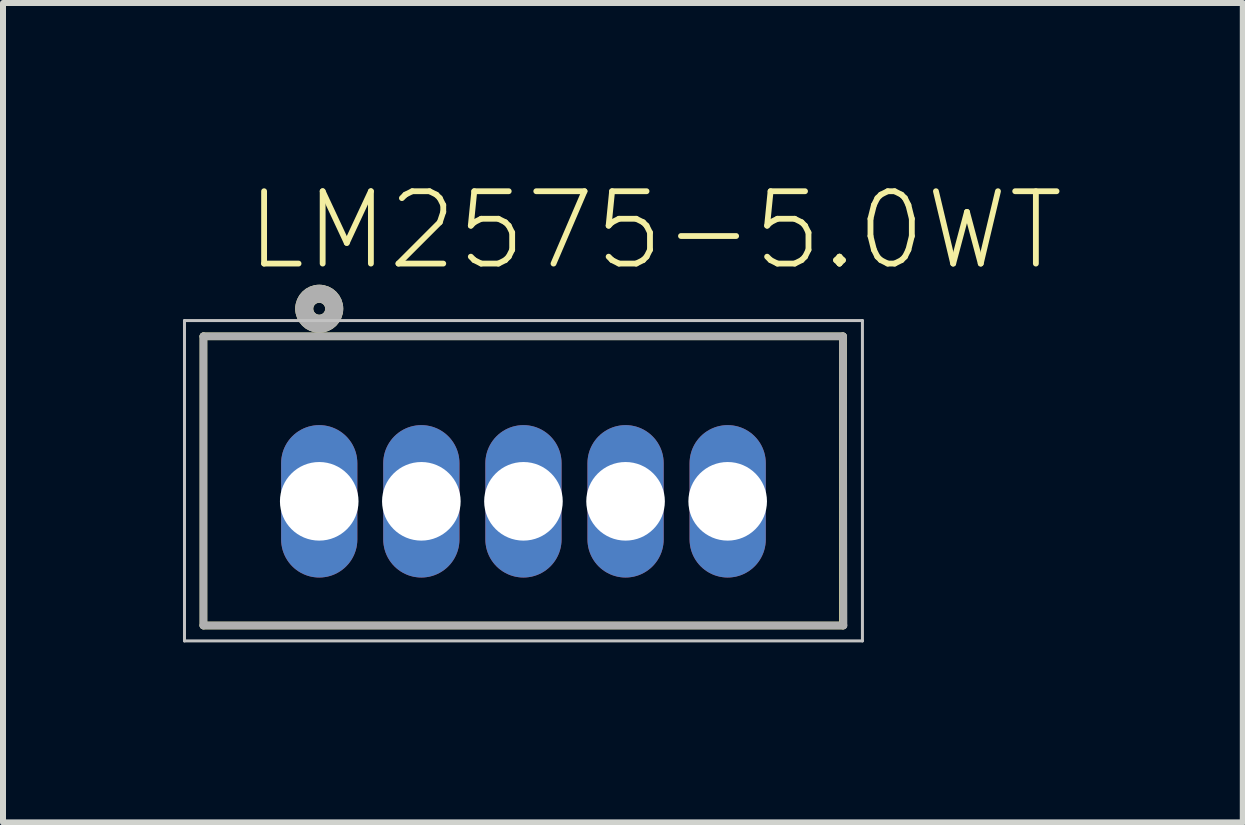
<source format=kicad_pcb>
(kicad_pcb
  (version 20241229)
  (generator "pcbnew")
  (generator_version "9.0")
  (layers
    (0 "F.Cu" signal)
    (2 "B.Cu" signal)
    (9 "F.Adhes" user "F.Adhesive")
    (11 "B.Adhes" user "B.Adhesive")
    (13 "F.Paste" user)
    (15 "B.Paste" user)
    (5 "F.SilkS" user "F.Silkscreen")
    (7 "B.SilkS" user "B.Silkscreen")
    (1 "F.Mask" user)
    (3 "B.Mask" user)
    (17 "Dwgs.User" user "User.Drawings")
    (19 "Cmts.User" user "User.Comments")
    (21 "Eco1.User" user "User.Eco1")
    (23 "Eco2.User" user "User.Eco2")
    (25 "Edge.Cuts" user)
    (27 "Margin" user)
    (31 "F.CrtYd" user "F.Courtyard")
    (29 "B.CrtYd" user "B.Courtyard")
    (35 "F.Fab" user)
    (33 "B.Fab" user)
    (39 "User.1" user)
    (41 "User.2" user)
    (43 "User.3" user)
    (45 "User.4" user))
  (footprint "LM2575-5.0WT"
    (layer "F.Cu")
    (at 8.621 6.576)
    (property "Reference" "LM2575-5.0WT" (at -7.62 -5.08 0) (layer "F.SilkS") (effects (font (size 1.206 1.206) (thickness 0.097)) (justify left bottom)))
    (attr through_hole)
    (fp_line (start -8.28 -4.02) (end -8.28 0.8) (stroke (width 0.127) (type solid)) (layer "F.SilkS"))
    (fp_line (start -8.28 0.8) (end 2.38 0.8) (stroke (width 0.127) (type solid)) (layer "F.SilkS"))
    (fp_line (start 2.38 -4.02) (end -8.28 -4.02) (stroke (width 0.127) (type solid)) (layer "F.SilkS"))
    (fp_line (start 2.38 0.8) (end 2.38 -4.02) (stroke (width 0.127) (type solid)) (layer "F.SilkS"))
    (fp_circle (center -6.35 -4.48) (end -6.25 -4.48) (stroke (width 0.3) (type solid)) (fill no) (layer "F.SilkS"))
    (fp_line (start -8.596 -4.283) (end -8.596 1.057) (stroke (width 0.05) (type solid)) (layer "Dwgs.User"))
    (fp_line (start -8.596 1.057) (end 2.704 1.057) (stroke (width 0.05) (type solid)) (layer "Dwgs.User"))
    (fp_line (start 2.704 -4.283) (end -8.596 -4.283) (stroke (width 0.05) (type solid)) (layer "Dwgs.User"))
    (fp_line (start 2.704 1.057) (end 2.704 -4.283) (stroke (width 0.05) (type solid)) (layer "Dwgs.User"))
    (fp_line (start -8.28 -4.02) (end -8.28 0.8) (stroke (width 0.127) (type solid)) (layer "F.Fab"))
    (fp_line (start -8.28 0.8) (end 2.388 0.8) (stroke (width 0.127) (type solid)) (layer "F.Fab"))
    (fp_line (start 2.38 -4.02) (end -8.28 -4.02) (stroke (width 0.127) (type solid)) (layer "F.Fab"))
    (fp_line (start 2.388 0.8) (end 2.38 -4.02) (stroke (width 0.127) (type solid)) (layer "F.Fab"))
    (fp_circle (center -6.35 -4.48) (end -6.25 -4.48) (stroke (width 0.3) (type solid)) (fill no) (layer "F.Fab"))
    (pad "1" thru_hole oval (at -6.35 -1.27 90) (size 2.54 1.27) (drill 1.31) (layers "*.Cu" "*.Mask"))
    (pad "2" thru_hole oval (at -4.648 -1.27 90) (size 2.54 1.27) (drill 1.31) (layers "*.Cu" "*.Mask"))
    (pad "3" thru_hole oval (at -2.946 -1.27 90) (size 2.54 1.27) (drill 1.31) (layers "*.Cu" "*.Mask"))
    (pad "4" thru_hole oval (at -1.244 -1.27 90) (size 2.54 1.27) (drill 1.31) (layers "*.Cu" "*.Mask"))
    (pad "5" thru_hole oval (at 0.458 -1.27 90) (size 2.54 1.27) (drill 1.31) (layers "*.Cu" "*.Mask")))
  (gr_rect
    (start -3 -3)
    (end 17.665 10.658)
    (stroke (width 0.1) (type default))
    (fill no)
    (layer "Edge.Cuts")))
</source>
